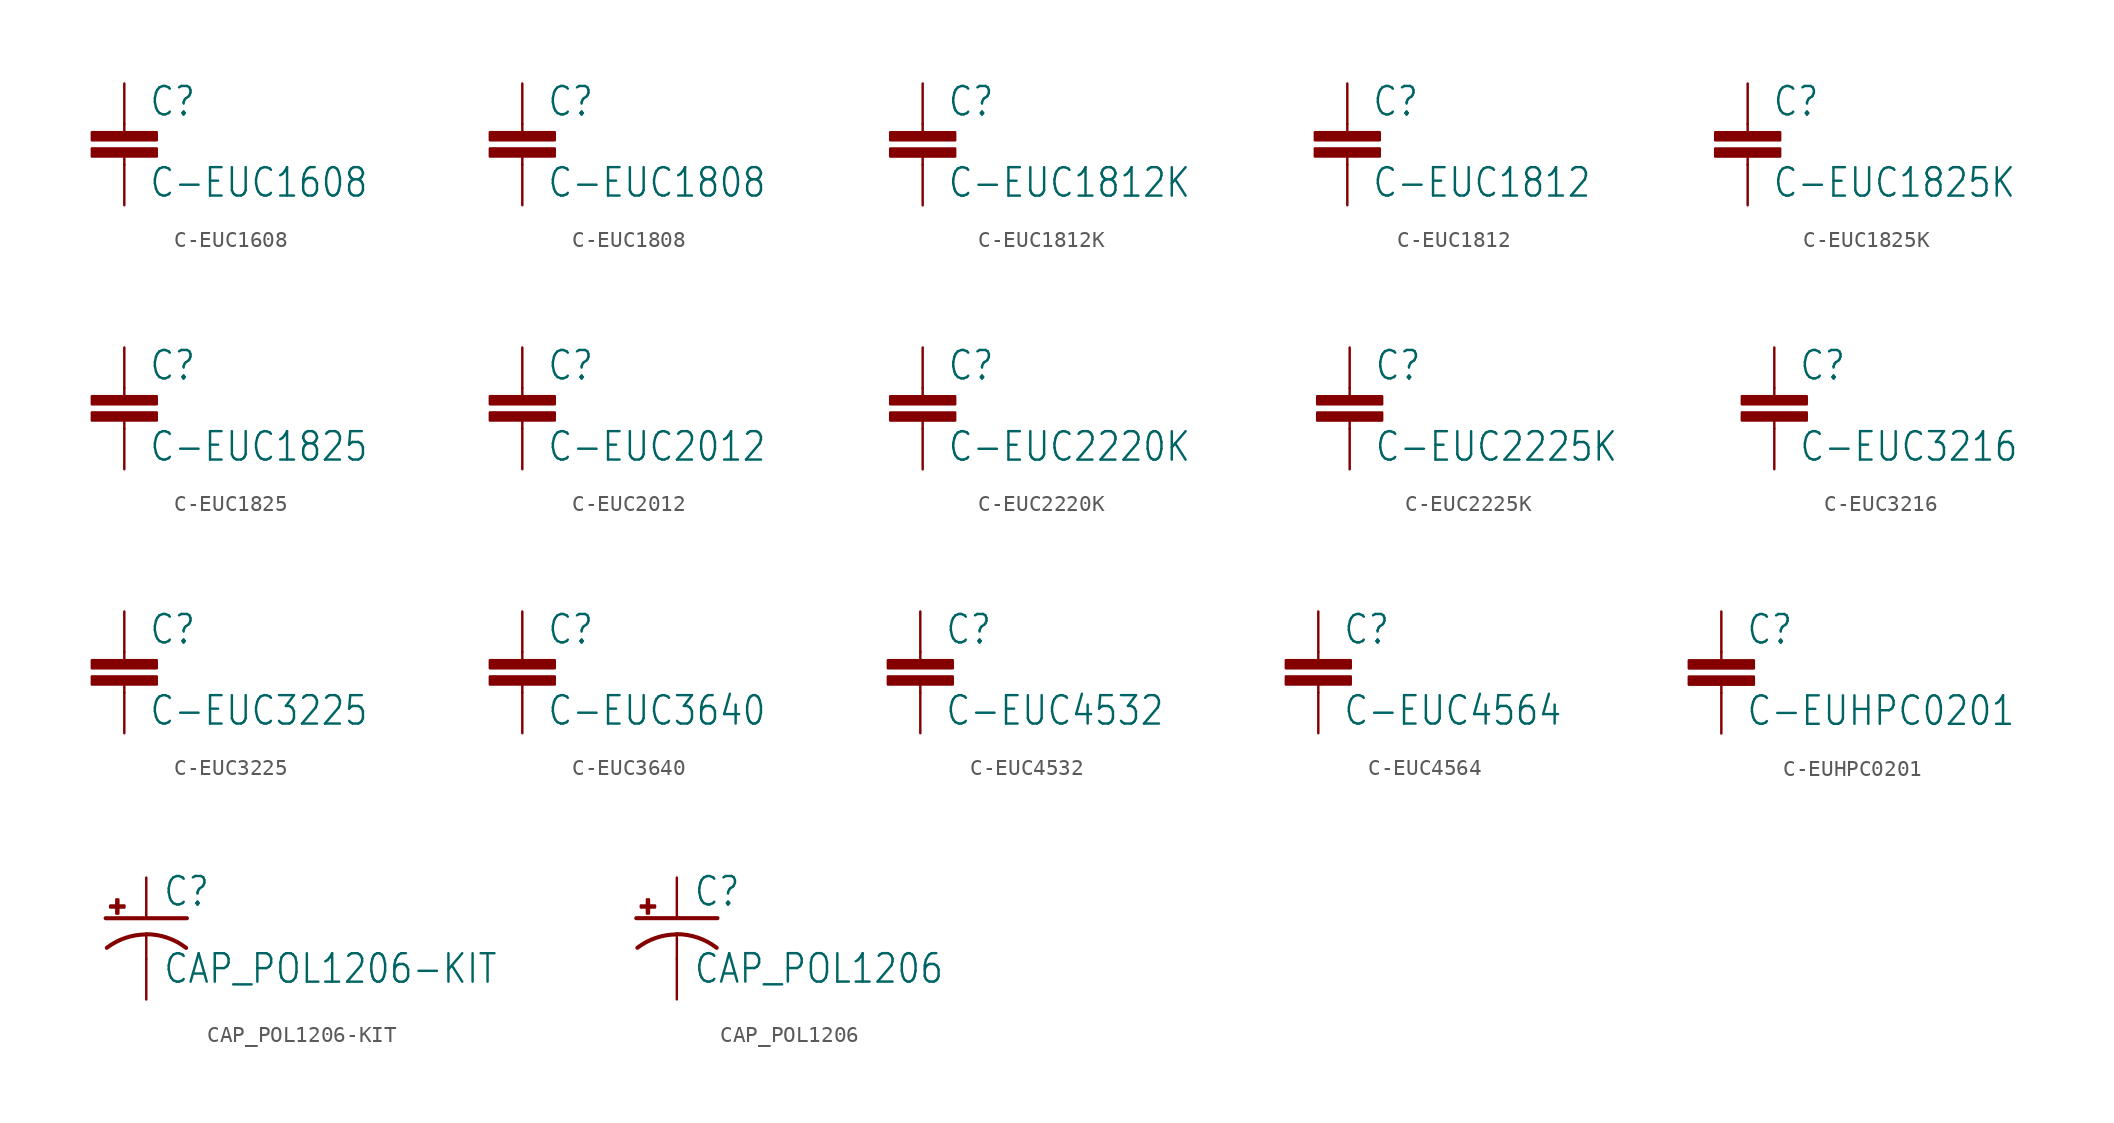
<source format=kicad_sym>
(kicad_symbol_lib
  (version 20200126)
  (host kicad_symbol_editor "5.99.0-unknown-aa7ce74~88~ubuntu18.04.1")
  (symbol "C-EUC1608"
    (property "Reference" "C"
      (at 1.524 0.381 0)
      (effects (font (size 1.778 1.511)) (justify left bottom)))
    (property "Value" "C-EUC1608"
      (at 1.524 -4.699 0)
      (effects (font (size 1.778 1.511)) (justify left bottom)))
    (property "ki_locked" ""
      (at 0 0 0)
      (effects (font (size 1.27 1.27))))
    (symbol "C-EUC1608_1_0"
      (rectangle (start -2.032 -2.032) (end 2.032 -1.524) (stroke (width 0)) (fill (type outline)))
      (rectangle (start -2.032 -1.016) (end 2.032 -0.508) (stroke (width 0)) (fill (type outline)))
      (polyline (pts (xy 0 0) (xy 0 -0.508)) (stroke (width 0.152)) (fill (type none)))
      (polyline (pts (xy 0 -2.54) (xy 0 -2.032)) (stroke (width 0.152)) (fill (type none)))
      (pin passive line (at 0 2.54 270) (length 2.54) (name "1" (effects (font (size 0 0)))) (number "1" (effects (font (size 0 0)))))
      (pin passive line (at 0 -5.08 90) (length 2.54) (name "2" (effects (font (size 0 0)))) (number "2" (effects (font (size 0 0)))))))
  (symbol "C-EUC1808"
    (property "Reference" "C"
      (at 1.524 0.381 0)
      (effects (font (size 1.778 1.511)) (justify left bottom)))
    (property "Value" "C-EUC1808"
      (at 1.524 -4.699 0)
      (effects (font (size 1.778 1.511)) (justify left bottom)))
    (property "ki_locked" ""
      (at 0 0 0)
      (effects (font (size 1.27 1.27))))
    (symbol "C-EUC1808_1_0"
      (rectangle (start -2.032 -2.032) (end 2.032 -1.524) (stroke (width 0)) (fill (type outline)))
      (rectangle (start -2.032 -1.016) (end 2.032 -0.508) (stroke (width 0)) (fill (type outline)))
      (polyline (pts (xy 0 0) (xy 0 -0.508)) (stroke (width 0.152)) (fill (type none)))
      (polyline (pts (xy 0 -2.54) (xy 0 -2.032)) (stroke (width 0.152)) (fill (type none)))
      (pin passive line (at 0 2.54 270) (length 2.54) (name "1" (effects (font (size 0 0)))) (number "1" (effects (font (size 0 0)))))
      (pin passive line (at 0 -5.08 90) (length 2.54) (name "2" (effects (font (size 0 0)))) (number "2" (effects (font (size 0 0)))))))
  (symbol "C-EUC1812K"
    (property "Reference" "C"
      (at 1.524 0.381 0)
      (effects (font (size 1.778 1.511)) (justify left bottom)))
    (property "Value" "C-EUC1812K"
      (at 1.524 -4.699 0)
      (effects (font (size 1.778 1.511)) (justify left bottom)))
    (property "ki_locked" ""
      (at 0 0 0)
      (effects (font (size 1.27 1.27))))
    (symbol "C-EUC1812K_1_0"
      (rectangle (start -2.032 -2.032) (end 2.032 -1.524) (stroke (width 0)) (fill (type outline)))
      (rectangle (start -2.032 -1.016) (end 2.032 -0.508) (stroke (width 0)) (fill (type outline)))
      (polyline (pts (xy 0 0) (xy 0 -0.508)) (stroke (width 0.152)) (fill (type none)))
      (polyline (pts (xy 0 -2.54) (xy 0 -2.032)) (stroke (width 0.152)) (fill (type none)))
      (pin passive line (at 0 2.54 270) (length 2.54) (name "1" (effects (font (size 0 0)))) (number "1" (effects (font (size 0 0)))))
      (pin passive line (at 0 -5.08 90) (length 2.54) (name "2" (effects (font (size 0 0)))) (number "2" (effects (font (size 0 0)))))))
  (symbol "C-EUC1812"
    (property "Reference" "C"
      (at 1.524 0.381 0)
      (effects (font (size 1.778 1.511)) (justify left bottom)))
    (property "Value" "C-EUC1812"
      (at 1.524 -4.699 0)
      (effects (font (size 1.778 1.511)) (justify left bottom)))
    (property "ki_locked" ""
      (at 0 0 0)
      (effects (font (size 1.27 1.27))))
    (symbol "C-EUC1812_1_0"
      (rectangle (start -2.032 -2.032) (end 2.032 -1.524) (stroke (width 0)) (fill (type outline)))
      (rectangle (start -2.032 -1.016) (end 2.032 -0.508) (stroke (width 0)) (fill (type outline)))
      (polyline (pts (xy 0 0) (xy 0 -0.508)) (stroke (width 0.152)) (fill (type none)))
      (polyline (pts (xy 0 -2.54) (xy 0 -2.032)) (stroke (width 0.152)) (fill (type none)))
      (pin passive line (at 0 2.54 270) (length 2.54) (name "1" (effects (font (size 0 0)))) (number "1" (effects (font (size 0 0)))))
      (pin passive line (at 0 -5.08 90) (length 2.54) (name "2" (effects (font (size 0 0)))) (number "2" (effects (font (size 0 0)))))))
  (symbol "C-EUC1825K"
    (property "Reference" "C"
      (at 1.524 0.381 0)
      (effects (font (size 1.778 1.511)) (justify left bottom)))
    (property "Value" "C-EUC1825K"
      (at 1.524 -4.699 0)
      (effects (font (size 1.778 1.511)) (justify left bottom)))
    (property "ki_locked" ""
      (at 0 0 0)
      (effects (font (size 1.27 1.27))))
    (symbol "C-EUC1825K_1_0"
      (rectangle (start -2.032 -2.032) (end 2.032 -1.524) (stroke (width 0)) (fill (type outline)))
      (rectangle (start -2.032 -1.016) (end 2.032 -0.508) (stroke (width 0)) (fill (type outline)))
      (polyline (pts (xy 0 0) (xy 0 -0.508)) (stroke (width 0.152)) (fill (type none)))
      (polyline (pts (xy 0 -2.54) (xy 0 -2.032)) (stroke (width 0.152)) (fill (type none)))
      (pin passive line (at 0 2.54 270) (length 2.54) (name "1" (effects (font (size 0 0)))) (number "1" (effects (font (size 0 0)))))
      (pin passive line (at 0 -5.08 90) (length 2.54) (name "2" (effects (font (size 0 0)))) (number "2" (effects (font (size 0 0)))))))
  (symbol "C-EUC1825"
    (property "Reference" "C"
      (at 1.524 0.381 0)
      (effects (font (size 1.778 1.511)) (justify left bottom)))
    (property "Value" "C-EUC1825"
      (at 1.524 -4.699 0)
      (effects (font (size 1.778 1.511)) (justify left bottom)))
    (property "ki_locked" ""
      (at 0 0 0)
      (effects (font (size 1.27 1.27))))
    (symbol "C-EUC1825_1_0"
      (rectangle (start -2.032 -2.032) (end 2.032 -1.524) (stroke (width 0)) (fill (type outline)))
      (rectangle (start -2.032 -1.016) (end 2.032 -0.508) (stroke (width 0)) (fill (type outline)))
      (polyline (pts (xy 0 0) (xy 0 -0.508)) (stroke (width 0.152)) (fill (type none)))
      (polyline (pts (xy 0 -2.54) (xy 0 -2.032)) (stroke (width 0.152)) (fill (type none)))
      (pin passive line (at 0 2.54 270) (length 2.54) (name "1" (effects (font (size 0 0)))) (number "1" (effects (font (size 0 0)))))
      (pin passive line (at 0 -5.08 90) (length 2.54) (name "2" (effects (font (size 0 0)))) (number "2" (effects (font (size 0 0)))))))
  (symbol "C-EUC2012"
    (property "Reference" "C"
      (at 1.524 0.381 0)
      (effects (font (size 1.778 1.511)) (justify left bottom)))
    (property "Value" "C-EUC2012"
      (at 1.524 -4.699 0)
      (effects (font (size 1.778 1.511)) (justify left bottom)))
    (property "ki_locked" ""
      (at 0 0 0)
      (effects (font (size 1.27 1.27))))
    (symbol "C-EUC2012_1_0"
      (rectangle (start -2.032 -2.032) (end 2.032 -1.524) (stroke (width 0)) (fill (type outline)))
      (rectangle (start -2.032 -1.016) (end 2.032 -0.508) (stroke (width 0)) (fill (type outline)))
      (polyline (pts (xy 0 0) (xy 0 -0.508)) (stroke (width 0.152)) (fill (type none)))
      (polyline (pts (xy 0 -2.54) (xy 0 -2.032)) (stroke (width 0.152)) (fill (type none)))
      (pin passive line (at 0 2.54 270) (length 2.54) (name "1" (effects (font (size 0 0)))) (number "1" (effects (font (size 0 0)))))
      (pin passive line (at 0 -5.08 90) (length 2.54) (name "2" (effects (font (size 0 0)))) (number "2" (effects (font (size 0 0)))))))
  (symbol "C-EUC2220K"
    (property "Reference" "C"
      (at 1.524 0.381 0)
      (effects (font (size 1.778 1.511)) (justify left bottom)))
    (property "Value" "C-EUC2220K"
      (at 1.524 -4.699 0)
      (effects (font (size 1.778 1.511)) (justify left bottom)))
    (property "ki_locked" ""
      (at 0 0 0)
      (effects (font (size 1.27 1.27))))
    (symbol "C-EUC2220K_1_0"
      (rectangle (start -2.032 -2.032) (end 2.032 -1.524) (stroke (width 0)) (fill (type outline)))
      (rectangle (start -2.032 -1.016) (end 2.032 -0.508) (stroke (width 0)) (fill (type outline)))
      (polyline (pts (xy 0 0) (xy 0 -0.508)) (stroke (width 0.152)) (fill (type none)))
      (polyline (pts (xy 0 -2.54) (xy 0 -2.032)) (stroke (width 0.152)) (fill (type none)))
      (pin passive line (at 0 2.54 270) (length 2.54) (name "1" (effects (font (size 0 0)))) (number "1" (effects (font (size 0 0)))))
      (pin passive line (at 0 -5.08 90) (length 2.54) (name "2" (effects (font (size 0 0)))) (number "2" (effects (font (size 0 0)))))))
  (symbol "C-EUC2225K"
    (property "Reference" "C"
      (at 1.524 0.381 0)
      (effects (font (size 1.778 1.511)) (justify left bottom)))
    (property "Value" "C-EUC2225K"
      (at 1.524 -4.699 0)
      (effects (font (size 1.778 1.511)) (justify left bottom)))
    (property "ki_locked" ""
      (at 0 0 0)
      (effects (font (size 1.27 1.27))))
    (symbol "C-EUC2225K_1_0"
      (rectangle (start -2.032 -2.032) (end 2.032 -1.524) (stroke (width 0)) (fill (type outline)))
      (rectangle (start -2.032 -1.016) (end 2.032 -0.508) (stroke (width 0)) (fill (type outline)))
      (polyline (pts (xy 0 0) (xy 0 -0.508)) (stroke (width 0.152)) (fill (type none)))
      (polyline (pts (xy 0 -2.54) (xy 0 -2.032)) (stroke (width 0.152)) (fill (type none)))
      (pin passive line (at 0 2.54 270) (length 2.54) (name "1" (effects (font (size 0 0)))) (number "1" (effects (font (size 0 0)))))
      (pin passive line (at 0 -5.08 90) (length 2.54) (name "2" (effects (font (size 0 0)))) (number "2" (effects (font (size 0 0)))))))
  (symbol "C-EUC3216"
    (property "Reference" "C"
      (at 1.524 0.381 0)
      (effects (font (size 1.778 1.511)) (justify left bottom)))
    (property "Value" "C-EUC3216"
      (at 1.524 -4.699 0)
      (effects (font (size 1.778 1.511)) (justify left bottom)))
    (property "ki_locked" ""
      (at 0 0 0)
      (effects (font (size 1.27 1.27))))
    (symbol "C-EUC3216_1_0"
      (rectangle (start -2.032 -2.032) (end 2.032 -1.524) (stroke (width 0)) (fill (type outline)))
      (rectangle (start -2.032 -1.016) (end 2.032 -0.508) (stroke (width 0)) (fill (type outline)))
      (polyline (pts (xy 0 0) (xy 0 -0.508)) (stroke (width 0.152)) (fill (type none)))
      (polyline (pts (xy 0 -2.54) (xy 0 -2.032)) (stroke (width 0.152)) (fill (type none)))
      (pin passive line (at 0 2.54 270) (length 2.54) (name "1" (effects (font (size 0 0)))) (number "1" (effects (font (size 0 0)))))
      (pin passive line (at 0 -5.08 90) (length 2.54) (name "2" (effects (font (size 0 0)))) (number "2" (effects (font (size 0 0)))))))
  (symbol "C-EUC3225"
    (property "Reference" "C"
      (at 1.524 0.381 0)
      (effects (font (size 1.778 1.511)) (justify left bottom)))
    (property "Value" "C-EUC3225"
      (at 1.524 -4.699 0)
      (effects (font (size 1.778 1.511)) (justify left bottom)))
    (property "ki_locked" ""
      (at 0 0 0)
      (effects (font (size 1.27 1.27))))
    (symbol "C-EUC3225_1_0"
      (rectangle (start -2.032 -2.032) (end 2.032 -1.524) (stroke (width 0)) (fill (type outline)))
      (rectangle (start -2.032 -1.016) (end 2.032 -0.508) (stroke (width 0)) (fill (type outline)))
      (polyline (pts (xy 0 0) (xy 0 -0.508)) (stroke (width 0.152)) (fill (type none)))
      (polyline (pts (xy 0 -2.54) (xy 0 -2.032)) (stroke (width 0.152)) (fill (type none)))
      (pin passive line (at 0 2.54 270) (length 2.54) (name "1" (effects (font (size 0 0)))) (number "1" (effects (font (size 0 0)))))
      (pin passive line (at 0 -5.08 90) (length 2.54) (name "2" (effects (font (size 0 0)))) (number "2" (effects (font (size 0 0)))))))
  (symbol "C-EUC3640"
    (property "Reference" "C"
      (at 1.524 0.381 0)
      (effects (font (size 1.778 1.511)) (justify left bottom)))
    (property "Value" "C-EUC3640"
      (at 1.524 -4.699 0)
      (effects (font (size 1.778 1.511)) (justify left bottom)))
    (property "ki_locked" ""
      (at 0 0 0)
      (effects (font (size 1.27 1.27))))
    (symbol "C-EUC3640_1_0"
      (rectangle (start -2.032 -2.032) (end 2.032 -1.524) (stroke (width 0)) (fill (type outline)))
      (rectangle (start -2.032 -1.016) (end 2.032 -0.508) (stroke (width 0)) (fill (type outline)))
      (polyline (pts (xy 0 0) (xy 0 -0.508)) (stroke (width 0.152)) (fill (type none)))
      (polyline (pts (xy 0 -2.54) (xy 0 -2.032)) (stroke (width 0.152)) (fill (type none)))
      (pin passive line (at 0 2.54 270) (length 2.54) (name "1" (effects (font (size 0 0)))) (number "1" (effects (font (size 0 0)))))
      (pin passive line (at 0 -5.08 90) (length 2.54) (name "2" (effects (font (size 0 0)))) (number "2" (effects (font (size 0 0)))))))
  (symbol "C-EUC4532"
    (property "Reference" "C"
      (at 1.524 0.381 0)
      (effects (font (size 1.778 1.511)) (justify left bottom)))
    (property "Value" "C-EUC4532"
      (at 1.524 -4.699 0)
      (effects (font (size 1.778 1.511)) (justify left bottom)))
    (property "ki_locked" ""
      (at 0 0 0)
      (effects (font (size 1.27 1.27))))
    (symbol "C-EUC4532_1_0"
      (rectangle (start -2.032 -2.032) (end 2.032 -1.524) (stroke (width 0)) (fill (type outline)))
      (rectangle (start -2.032 -1.016) (end 2.032 -0.508) (stroke (width 0)) (fill (type outline)))
      (polyline (pts (xy 0 0) (xy 0 -0.508)) (stroke (width 0.152)) (fill (type none)))
      (polyline (pts (xy 0 -2.54) (xy 0 -2.032)) (stroke (width 0.152)) (fill (type none)))
      (pin passive line (at 0 2.54 270) (length 2.54) (name "1" (effects (font (size 0 0)))) (number "1" (effects (font (size 0 0)))))
      (pin passive line (at 0 -5.08 90) (length 2.54) (name "2" (effects (font (size 0 0)))) (number "2" (effects (font (size 0 0)))))))
  (symbol "C-EUC4564"
    (property "Reference" "C"
      (at 1.524 0.381 0)
      (effects (font (size 1.778 1.511)) (justify left bottom)))
    (property "Value" "C-EUC4564"
      (at 1.524 -4.699 0)
      (effects (font (size 1.778 1.511)) (justify left bottom)))
    (property "ki_locked" ""
      (at 0 0 0)
      (effects (font (size 1.27 1.27))))
    (symbol "C-EUC4564_1_0"
      (rectangle (start -2.032 -2.032) (end 2.032 -1.524) (stroke (width 0)) (fill (type outline)))
      (rectangle (start -2.032 -1.016) (end 2.032 -0.508) (stroke (width 0)) (fill (type outline)))
      (polyline (pts (xy 0 0) (xy 0 -0.508)) (stroke (width 0.152)) (fill (type none)))
      (polyline (pts (xy 0 -2.54) (xy 0 -2.032)) (stroke (width 0.152)) (fill (type none)))
      (pin passive line (at 0 2.54 270) (length 2.54) (name "1" (effects (font (size 0 0)))) (number "1" (effects (font (size 0 0)))))
      (pin passive line (at 0 -5.08 90) (length 2.54) (name "2" (effects (font (size 0 0)))) (number "2" (effects (font (size 0 0)))))))
  (symbol "C-EUHPC0201"
    (property "Reference" "C"
      (at 1.524 0.381 0)
      (effects (font (size 1.778 1.511)) (justify left bottom)))
    (property "Value" "C-EUHPC0201"
      (at 1.524 -4.699 0)
      (effects (font (size 1.778 1.511)) (justify left bottom)))
    (property "ki_locked" ""
      (at 0 0 0)
      (effects (font (size 1.27 1.27))))
    (symbol "C-EUHPC0201_1_0"
      (rectangle (start -2.032 -2.032) (end 2.032 -1.524) (stroke (width 0)) (fill (type outline)))
      (rectangle (start -2.032 -1.016) (end 2.032 -0.508) (stroke (width 0)) (fill (type outline)))
      (polyline (pts (xy 0 0) (xy 0 -0.508)) (stroke (width 0.152)) (fill (type none)))
      (polyline (pts (xy 0 -2.54) (xy 0 -2.032)) (stroke (width 0.152)) (fill (type none)))
      (pin passive line (at 0 2.54 270) (length 2.54) (name "1" (effects (font (size 0 0)))) (number "1" (effects (font (size 0 0)))))
      (pin passive line (at 0 -5.08 90) (length 2.54) (name "2" (effects (font (size 0 0)))) (number "2" (effects (font (size 0 0)))))))
  (symbol "CAP_POL1206-KIT"
    (property "Reference" "C"
      (at 1.016 0.635 0)
      (effects (font (size 1.778 1.511)) (justify left bottom)))
    (property "Value" "CAP_POL1206-KIT"
      (at 1.016 -4.191 0)
      (effects (font (size 1.778 1.511)) (justify left bottom)))
    (property "ki_locked" ""
      (at 0 0 0)
      (effects (font (size 1.27 1.27))))
    (symbol "CAP_POL1206-KIT_1_0"
      (arc (start 2.4892 -1.8542) (end 0 -1) (radius (at 0 -5.0542) (length 4.0541) (angles 52.1 90)) (stroke (width 0.254)) (fill (type none)))
      (arc (start 0 -1.0161) (end -2.4669 -1.8504) (radius (at -0.0001 -5.0797) (length 4.0636) (angles 90 127.4)) (stroke (width 0.254)) (fill (type none)))
      (rectangle (start -2.253 0.668) (end -1.364 0.795) (stroke (width 0)) (fill (type outline)))
      (rectangle (start -1.872 0.287) (end -1.745 1.176) (stroke (width 0)) (fill (type outline)))
      (polyline (pts (xy -2.54 0) (xy 2.54 0)) (stroke (width 0.254)) (fill (type none)))
      (polyline (pts (xy 0 -1.016) (xy 0 -1.016)) (stroke (width 0.152)) (fill (type none)))
      (polyline (pts (xy 0 -1.016) (xy 0 -2.54)) (stroke (width 0.152)) (fill (type none)))
      (pin passive line (at 0 2.54 270) (length 2.54) (name "+" (effects (font (size 0 0)))) (number "A" (effects (font (size 0 0)))))
      (pin passive line (at 0 -5.08 90) (length 2.54) (name "-" (effects (font (size 0 0)))) (number "C" (effects (font (size 0 0)))))))
  (symbol "CAP_POL1206"
    (property "Reference" "C"
      (at 1.016 0.635 0)
      (effects (font (size 1.778 1.511)) (justify left bottom)))
    (property "Value" "CAP_POL1206"
      (at 1.016 -4.191 0)
      (effects (font (size 1.778 1.511)) (justify left bottom)))
    (property "ki_locked" ""
      (at 0 0 0)
      (effects (font (size 1.27 1.27))))
    (symbol "CAP_POL1206_1_0"
      (arc (start 2.4892 -1.8542) (end 0 -1) (radius (at 0 -5.0542) (length 4.0541) (angles 52.1 90)) (stroke (width 0.254)) (fill (type none)))
      (arc (start 0 -1.0161) (end -2.4669 -1.8504) (radius (at -0.0001 -5.0797) (length 4.0636) (angles 90 127.4)) (stroke (width 0.254)) (fill (type none)))
      (rectangle (start -2.253 0.668) (end -1.364 0.795) (stroke (width 0)) (fill (type outline)))
      (rectangle (start -1.872 0.287) (end -1.745 1.176) (stroke (width 0)) (fill (type outline)))
      (polyline (pts (xy -2.54 0) (xy 2.54 0)) (stroke (width 0.254)) (fill (type none)))
      (polyline (pts (xy 0 -1.016) (xy 0 -1.016)) (stroke (width 0.152)) (fill (type none)))
      (polyline (pts (xy 0 -1.016) (xy 0 -2.54)) (stroke (width 0.152)) (fill (type none)))
      (pin passive line (at 0 2.54 270) (length 2.54) (name "+" (effects (font (size 0 0)))) (number "A" (effects (font (size 0 0)))))
      (pin passive line (at 0 -5.08 90) (length 2.54) (name "-" (effects (font (size 0 0)))) (number "C" (effects (font (size 0 0))))))))
</source>
